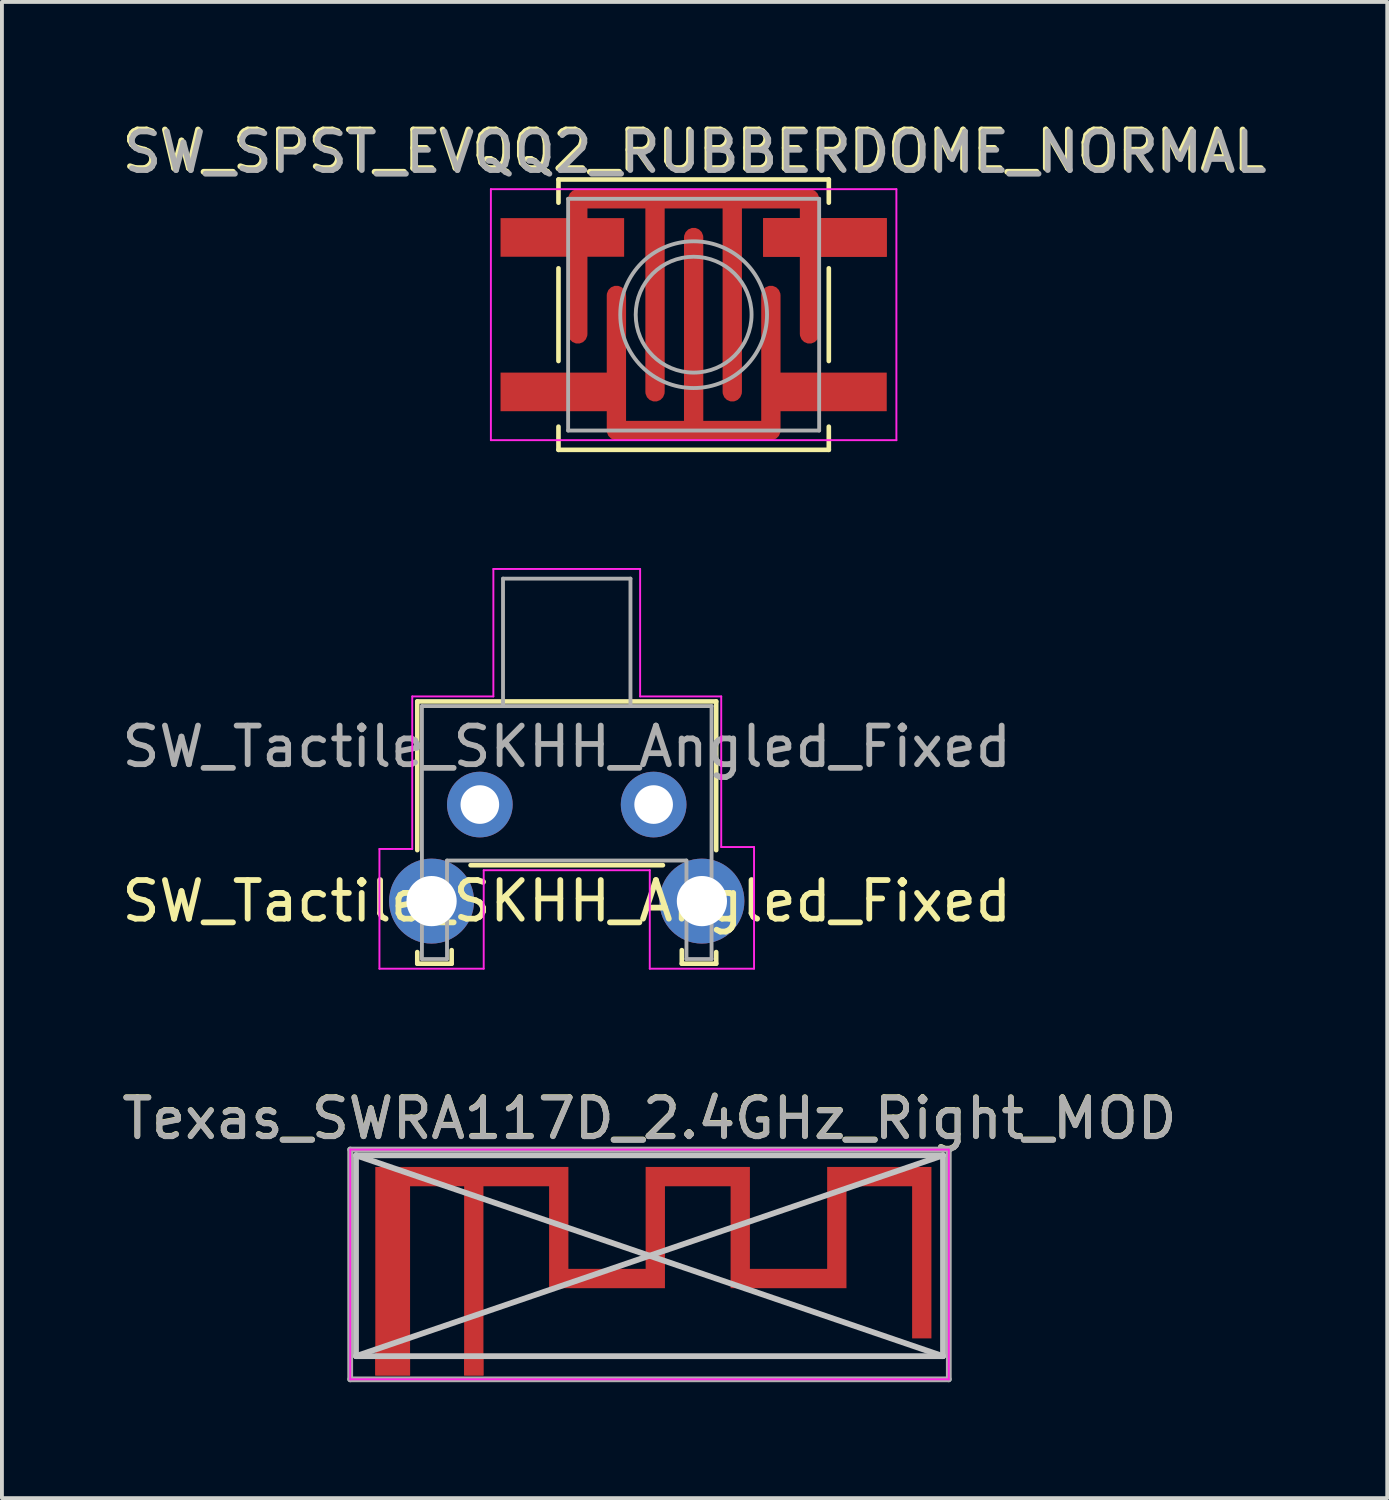
<source format=kicad_pcb>
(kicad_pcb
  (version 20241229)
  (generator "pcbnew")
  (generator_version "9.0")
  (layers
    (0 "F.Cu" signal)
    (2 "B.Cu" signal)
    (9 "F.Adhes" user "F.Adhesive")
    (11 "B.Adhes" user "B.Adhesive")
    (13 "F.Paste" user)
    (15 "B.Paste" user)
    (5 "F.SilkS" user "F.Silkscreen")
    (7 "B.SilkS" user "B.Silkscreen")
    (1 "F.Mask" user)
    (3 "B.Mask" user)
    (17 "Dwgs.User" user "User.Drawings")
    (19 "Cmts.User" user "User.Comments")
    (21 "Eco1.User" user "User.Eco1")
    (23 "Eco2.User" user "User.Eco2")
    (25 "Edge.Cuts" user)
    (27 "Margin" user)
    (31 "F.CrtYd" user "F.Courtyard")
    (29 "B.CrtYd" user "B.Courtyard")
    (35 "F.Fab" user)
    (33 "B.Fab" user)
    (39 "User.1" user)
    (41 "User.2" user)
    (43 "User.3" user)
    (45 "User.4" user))
  (footprint "SW_SPST_EVQQ2_RUBBERDOME_NORMAL"
    (layer "F.Cu")
    (at 14.911 5.098)
    (property "Reference" "SW_SPST_EVQQ2_RUBBERDOME_NORMAL" (at 0 -4.25 0) (layer "F.SilkS") (effects (font (size 1 1) (thickness 0.15))))
    (attr smd)
    (fp_poly (pts (xy -3.25 -3.25) (xy 3.25 -3.25) (xy 3.25 3.25) (xy -3.25 3.25)) (stroke (width 0.15) (type solid)) (fill yes) (layer "F.Mask"))
    (fp_line (start -3.5 -3.5) (end -3.5 -2.9) (stroke (width 0.12) (type solid)) (layer "F.SilkS"))
    (fp_line (start -3.5 -1.2) (end -3.5 1.2) (stroke (width 0.12) (type solid)) (layer "F.SilkS"))
    (fp_line (start -3.5 3.5) (end -3.5 2.9) (stroke (width 0.12) (type solid)) (layer "F.SilkS"))
    (fp_line (start -3.5 3.5) (end 3.5 3.5) (stroke (width 0.12) (type solid)) (layer "F.SilkS"))
    (fp_line (start 3.5 -3.5) (end -3.5 -3.5) (stroke (width 0.12) (type solid)) (layer "F.SilkS"))
    (fp_line (start 3.5 -3.5) (end 3.5 -2.9) (stroke (width 0.12) (type solid)) (layer "F.SilkS"))
    (fp_line (start 3.5 -1.2) (end 3.5 1.2) (stroke (width 0.12) (type solid)) (layer "F.SilkS"))
    (fp_line (start 3.5 3.5) (end 3.5 2.9) (stroke (width 0.12) (type solid)) (layer "F.SilkS"))
    (fp_line (start -5.25 -3.25) (end 5.25 -3.25) (stroke (width 0.05) (type solid)) (layer "F.CrtYd"))
    (fp_line (start -5.25 3.25) (end -5.25 -3.25) (stroke (width 0.05) (type solid)) (layer "F.CrtYd"))
    (fp_line (start 5.25 -3.25) (end 5.25 3.25) (stroke (width 0.05) (type solid)) (layer "F.CrtYd"))
    (fp_line (start 5.25 3.25) (end -5.25 3.25) (stroke (width 0.05) (type solid)) (layer "F.CrtYd"))
    (fp_line (start -3.25 -3) (end 3.25 -3) (stroke (width 0.1) (type solid)) (layer "F.Fab"))
    (fp_line (start -3.25 3) (end -3.25 -3) (stroke (width 0.1) (type solid)) (layer "F.Fab"))
    (fp_line (start 3.25 -3) (end 3.25 3) (stroke (width 0.1) (type solid)) (layer "F.Fab"))
    (fp_line (start 3.25 3) (end -3.25 3) (stroke (width 0.1) (type solid)) (layer "F.Fab"))
    (fp_circle (center 0 0) (end 1.5 0) (stroke (width 0.1) (type solid)) (fill no) (layer "F.Fab"))
    (fp_circle (center 0 0) (end 1.9 0) (stroke (width 0.1) (type solid)) (fill no) (layer "F.Fab"))
    (fp_text user "${REFERENCE}" (at 0.05 -4.2 0) (layer "F.Fab") (effects (font (size 1 1) (thickness 0.15))))
    (pad "1" smd custom (at -3.4 -2) (size 3.2 1) (layers "F.Cu" "F.Mask" "F.Paste") (options (anchor rect)) (primitives))
    (pad "1" smd custom (at 0 -3) (size 0.5 0.5) (layers "F.Cu" "F.Mask") (options (anchor rect)) (primitives (gr_line (start -3 0) (end 3 0) (width 0.5)) (gr_line (start -3 0) (end -3 3.5) (width 0.5)) (gr_line (start -1 0) (end -1 5) (width 0.5)) (gr_line (start 1 0) (end 1 5) (width 0.5)) (gr_line (start 3 0) (end 3 3.5) (width 0.5))))
    (pad "1" smd rect (at 3.4 -2) (size 3.2 1) (layers "F.Cu" "F.Mask" "F.Paste"))
    (pad "1" smd rect (at 3.4 -2) (size 3.2 1) (layers "F.Cu" "F.Mask" "F.Paste"))
    (pad "2" smd rect (at -3.4 2) (size 3.2 1) (layers "F.Cu" "F.Mask" "F.Paste"))
    (pad "2" smd custom (at -1 3 180) (size 0.5 0.5) (layers "F.Cu" "F.Mask") (options (anchor rect)) (primitives (gr_line (start -3 0) (end 1 0) (width 0.5)) (gr_line (start -3 0) (end -3 3.5) (width 0.5)) (gr_line (start -1 0) (end -1 5) (width 0.5)) (gr_line (start 1 0) (end 1 3.5) (width 0.5))))
    (pad "2" smd rect (at 3.4 2) (size 3.2 1) (layers "F.Cu" "F.Mask" "F.Paste")))
  (footprint "SW_Tactile_SKHH_Angled_Fixed"
    (layer "F.Cu")
    (at 9.375 17.783)
    (property "Reference" "SW_Tactile_SKHH_Angled_Fixed" (at 2.25 2.5 0) (layer "F.SilkS") (effects (font (size 1 1) (thickness 0.15))))
    (attr through_hole)
    (fp_circle (center -1.25 2.5) (end -1.885 2.5) (stroke (width 0.1) (type solid)) (fill no) (layer "F.Mask"))
    (fp_circle (center 0 0) (end -0.445 0) (stroke (width 0.1) (type solid)) (fill no) (layer "F.Mask"))
    (fp_circle (center 4.5 0) (end 4.056 0) (stroke (width 0.1) (type solid)) (fill no) (layer "F.Mask"))
    (fp_circle (center 5.75 2.5) (end 5.115 2.5) (stroke (width 0.1) (type solid)) (fill no) (layer "F.Mask"))
    (fp_circle (center -1.25 2.5) (end -2.393 2.5) (stroke (width 0.1) (type solid)) (fill no) (layer "B.Mask"))
    (fp_circle (center 0 0) (end -0.889 0) (stroke (width 0.1) (type solid)) (fill no) (layer "B.Mask"))
    (fp_circle (center 4.5 0) (end 3.611 0) (stroke (width 0.1) (type solid)) (fill no) (layer "B.Mask"))
    (fp_circle (center 5.75 2.5) (end 4.607 2.5) (stroke (width 0.1) (type solid)) (fill no) (layer "B.Mask"))
    (fp_line (start -1.62 -2.67) (end -1.62 1.18) (stroke (width 0.12) (type solid)) (layer "F.SilkS"))
    (fp_line (start -1.62 3.82) (end -1.62 4.12) (stroke (width 0.12) (type solid)) (layer "F.SilkS"))
    (fp_line (start -0.73 4.12) (end -1.62 4.12) (stroke (width 0.12) (type solid)) (layer "F.SilkS"))
    (fp_line (start -0.73 4.12) (end -0.73 3.77) (stroke (width 0.12) (type solid)) (layer "F.SilkS"))
    (fp_line (start -0.24 1.57) (end 4.74 1.57) (stroke (width 0.12) (type solid)) (layer "F.SilkS"))
    (fp_line (start 5.23 4.12) (end 5.23 3.77) (stroke (width 0.12) (type solid)) (layer "F.SilkS"))
    (fp_line (start 6.12 -2.67) (end -1.62 -2.67) (stroke (width 0.12) (type solid)) (layer "F.SilkS"))
    (fp_line (start 6.12 1.18) (end 6.12 -2.67) (stroke (width 0.12) (type solid)) (layer "F.SilkS"))
    (fp_line (start 6.12 3.82) (end 6.12 4.12) (stroke (width 0.12) (type solid)) (layer "F.SilkS"))
    (fp_line (start 6.12 4.12) (end 5.23 4.12) (stroke (width 0.12) (type solid)) (layer "F.SilkS"))
    (fp_line (start -2.6 1.15) (end -1.75 1.15) (stroke (width 0.05) (type solid)) (layer "F.CrtYd"))
    (fp_line (start -2.6 4.25) (end -2.6 1.15) (stroke (width 0.05) (type solid)) (layer "F.CrtYd"))
    (fp_line (start -1.75 1.15) (end -1.75 -2.8) (stroke (width 0.05) (type solid)) (layer "F.CrtYd"))
    (fp_line (start 0.1 1.7) (end 4.4 1.7) (stroke (width 0.05) (type solid)) (layer "F.CrtYd"))
    (fp_line (start 0.1 4.25) (end -2.6 4.25) (stroke (width 0.05) (type solid)) (layer "F.CrtYd"))
    (fp_line (start 0.1 4.25) (end 0.1 1.7) (stroke (width 0.05) (type solid)) (layer "F.CrtYd"))
    (fp_line (start 0.35 -6.1) (end 0.35 -2.8) (stroke (width 0.05) (type solid)) (layer "F.CrtYd"))
    (fp_line (start 0.35 -2.8) (end -1.75 -2.8) (stroke (width 0.05) (type solid)) (layer "F.CrtYd"))
    (fp_line (start 4.15 -6.1) (end 0.35 -6.1) (stroke (width 0.05) (type solid)) (layer "F.CrtYd"))
    (fp_line (start 4.15 -2.8) (end 4.15 -6.1) (stroke (width 0.05) (type solid)) (layer "F.CrtYd"))
    (fp_line (start 4.4 1.7) (end 4.4 4.25) (stroke (width 0.05) (type solid)) (layer "F.CrtYd"))
    (fp_line (start 4.4 4.25) (end 7.1 4.25) (stroke (width 0.05) (type solid)) (layer "F.CrtYd"))
    (fp_line (start 6.25 -2.8) (end 4.15 -2.8) (stroke (width 0.05) (type solid)) (layer "F.CrtYd"))
    (fp_line (start 6.25 1.1) (end 6.25 -2.8) (stroke (width 0.05) (type solid)) (layer "F.CrtYd"))
    (fp_line (start 7.1 1.1) (end 6.25 1.1) (stroke (width 0.05) (type solid)) (layer "F.CrtYd"))
    (fp_line (start 7.1 4.25) (end 7.1 1.1) (stroke (width 0.05) (type solid)) (layer "F.CrtYd"))
    (fp_line (start -1.5 4) (end -1.5 -2.55) (stroke (width 0.1) (type solid)) (layer "F.Fab"))
    (fp_line (start -0.85 1.45) (end -0.85 4) (stroke (width 0.1) (type solid)) (layer "F.Fab"))
    (fp_line (start -0.85 4) (end -1.5 4) (stroke (width 0.1) (type solid)) (layer "F.Fab"))
    (fp_line (start 0.6 -5.85) (end 3.9 -5.85) (stroke (width 0.1) (type solid)) (layer "F.Fab"))
    (fp_line (start 0.6 -2.55) (end 0.6 -5.85) (stroke (width 0.1) (type solid)) (layer "F.Fab"))
    (fp_line (start 3.9 -2.55) (end 3.9 -5.85) (stroke (width 0.1) (type solid)) (layer "F.Fab"))
    (fp_line (start 5.35 1.45) (end -0.85 1.45) (stroke (width 0.1) (type solid)) (layer "F.Fab"))
    (fp_line (start 5.35 1.45) (end 5.35 4) (stroke (width 0.1) (type solid)) (layer "F.Fab"))
    (fp_line (start 6 -2.55) (end -1.5 -2.55) (stroke (width 0.1) (type solid)) (layer "F.Fab"))
    (fp_line (start 6 -2.55) (end 6 4) (stroke (width 0.1) (type solid)) (layer "F.Fab"))
    (fp_line (start 6 4) (end 5.35 4) (stroke (width 0.1) (type solid)) (layer "F.Fab"))
    (fp_text user "${REFERENCE}" (at 2.25 -1.5 0) (layer "F.Fab") (effects (font (size 1 1) (thickness 0.15))))
    (pad "" thru_hole circle (at -1.25 2.5 180) (size 2.2 2.2) (drill 1.3) (layers "*.Cu" "*.Mask"))
    (pad "" thru_hole circle (at 5.75 2.5 180) (size 2.2 2.2) (drill 1.3) (layers "*.Cu" "*.Mask"))
    (pad "1" thru_hole circle (at 0 0 180) (size 1.7 1.7) (drill 1) (layers "*.Cu" "*.Mask"))
    (pad "2" thru_hole circle (at 4.5 0 180) (size 1.7 1.7) (drill 1) (layers "*.Cu" "*.Mask")))
  (footprint "Texas_SWRA117D_2.4GHz_Right_MOD"
    (layer "F.Cu")
    (at 9.218 32.316)
    (property "Reference" "Texas_SWRA117D_2.4GHz_Right_MOD" (at 4.55 -6.41 0) (layer "F.SilkS") (effects (font (size 1 1) (thickness 0.15))))
    (attr exclude_from_pos_files exclude_from_bom)
    (fp_poly (pts (xy 2.45 -2.51) (xy 4.45 -2.51) (xy 4.45 -5.15) (xy 7.15 -5.15) (xy 7.15 -2.51) (xy 9.15 -2.51) (xy 9.15 -5.15) (xy 11.85 -5.15) (xy 11.85 -0.71) (xy 11.35 -0.71) (xy 11.35 -4.65) (xy 9.65 -4.65) (xy 9.65 -2.01) (xy 6.65 -2.01) (xy 6.65 -4.65) (xy 4.95 -4.65) (xy 4.95 -2.01) (xy 1.95 -2.01) (xy 1.95 -4.65) (xy 0.25 -4.65) (xy 0.25 0.25) (xy -0.25 0.25) (xy -0.25 -4.65) (xy -1.65 -4.65) (xy -1.65 0.25) (xy -2.55 0.25) (xy -2.55 0.007) (xy -2.248 0.007) (xy -2.238 0.054) (xy -2.214 0.097) (xy -2.176 0.13) (xy -2.168 0.134) (xy -2.125 0.146) (xy -2.077 0.145) (xy -2.031 0.132) (xy -2.013 0.122) (xy -1.979 0.087) (xy -1.958 0.041) (xy -1.952 -0.008) (xy -1.96 -0.056) (xy -1.977 -0.089) (xy -2.012 -0.121) (xy -2.058 -0.141) (xy -2.107 -0.148) (xy -2.155 -0.14) (xy -2.188 -0.123) (xy -2.223 -0.086) (xy -2.243 -0.042) (xy -2.248 0.007) (xy -2.55 0.007) (xy -2.55 -5.15) (xy 2.45 -5.15) (xy 2.45 -2.51)) (stroke (width 0) (type solid)) (fill yes) (layer "F.Cu"))
    (fp_line (start -3.05 -5.45) (end 12.15 -5.45) (stroke (width 0.15) (type solid)) (layer "Dwgs.User"))
    (fp_line (start -3.05 -5.45) (end 12.15 -0.25) (stroke (width 0.15) (type solid)) (layer "Dwgs.User"))
    (fp_line (start -3.05 -0.25) (end -3.05 -5.45) (stroke (width 0.15) (type solid)) (layer "Dwgs.User"))
    (fp_line (start -3.05 -0.25) (end 12.15 -5.45) (stroke (width 0.15) (type solid)) (layer "Dwgs.User"))
    (fp_line (start -3.05 -0.25) (end 12.15 -0.25) (stroke (width 0.15) (type solid)) (layer "Dwgs.User"))
    (fp_line (start 12.15 -0.25) (end 12.15 -5.45) (stroke (width 0.15) (type solid)) (layer "Dwgs.User"))
    (fp_line (start -3.2 -5.6) (end 12.3 -5.6) (stroke (width 0.05) (type solid)) (layer "F.CrtYd"))
    (fp_line (start -3.2 0.35) (end -3.2 -5.6) (stroke (width 0.05) (type solid)) (layer "F.CrtYd"))
    (fp_line (start 12.3 -5.6) (end 12.3 0.35) (stroke (width 0.05) (type solid)) (layer "F.CrtYd"))
    (fp_line (start 12.3 0.35) (end -3.2 0.35) (stroke (width 0.05) (type solid)) (layer "F.CrtYd"))
    (fp_line (start -3.2 -5.6) (end 12.3 -5.6) (stroke (width 0.15) (type solid)) (layer "F.Fab"))
    (fp_line (start -3.2 0.35) (end -3.2 -5.6) (stroke (width 0.15) (type solid)) (layer "F.Fab"))
    (fp_line (start 12.3 -5.6) (end 12.3 0.35) (stroke (width 0.15) (type solid)) (layer "F.Fab"))
    (fp_line (start 12.3 0.35) (end -3.2 0.35) (stroke (width 0.15) (type solid)) (layer "F.Fab"))
    (fp_text user "${REFERENCE}" (at 4.55 -6.4 0) (layer "F.Fab") (effects (font (size 1 1) (thickness 0.15))))
    (pad "1" connect rect (at 0 0) (size 0.5 0.5) (layers "F.Cu"))
    (pad "2" smd rect (at -2.1 0) (size 0.9 0.5) (layers "F.Cu")))
  (gr_rect
    (start -3 -3)
    (end 32.871 35.742)
    (stroke (width 0.1) (type default))
    (fill no)
    (layer "Edge.Cuts")))
</source>
